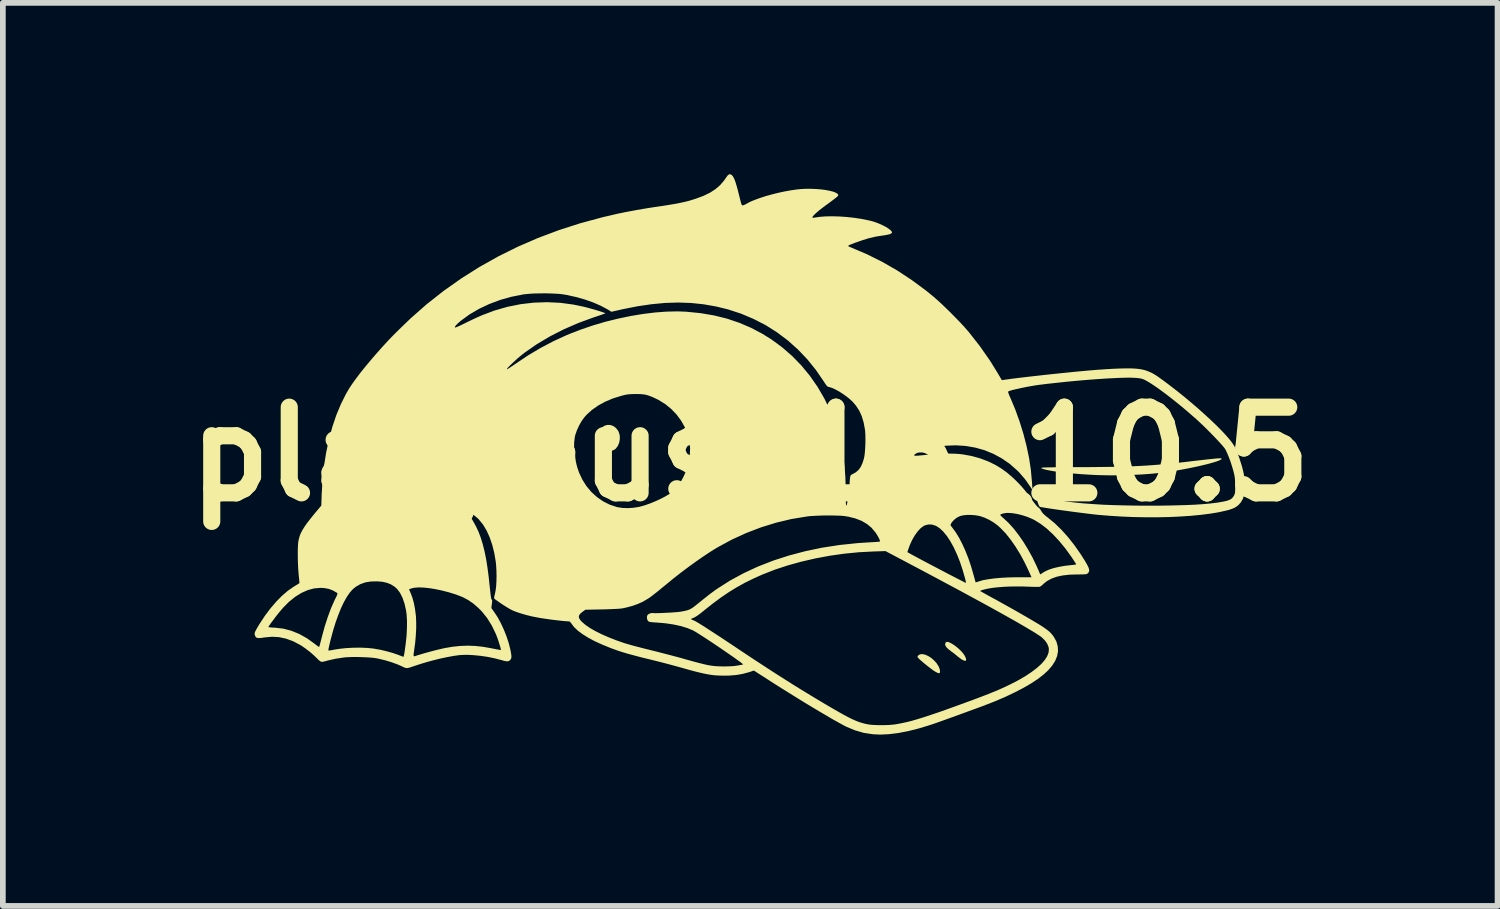
<source format=kicad_pcb>
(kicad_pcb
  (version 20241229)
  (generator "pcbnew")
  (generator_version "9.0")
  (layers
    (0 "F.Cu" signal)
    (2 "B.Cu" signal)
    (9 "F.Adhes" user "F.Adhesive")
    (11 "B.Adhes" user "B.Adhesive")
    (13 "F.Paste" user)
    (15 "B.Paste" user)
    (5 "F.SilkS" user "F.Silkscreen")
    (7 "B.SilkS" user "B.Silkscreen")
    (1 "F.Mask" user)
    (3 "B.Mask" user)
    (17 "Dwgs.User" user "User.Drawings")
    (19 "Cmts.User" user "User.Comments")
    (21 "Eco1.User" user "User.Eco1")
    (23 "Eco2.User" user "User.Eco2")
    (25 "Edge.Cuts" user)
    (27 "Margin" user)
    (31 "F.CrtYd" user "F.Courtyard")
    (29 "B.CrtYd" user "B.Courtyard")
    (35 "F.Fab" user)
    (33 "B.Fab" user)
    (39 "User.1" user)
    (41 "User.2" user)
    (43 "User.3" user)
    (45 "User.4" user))
  (footprint "platypus_18_10.5"
    (layer "F.Cu")
    (at 10.086 4.901)
    (property "Reference" "platypus_18_10.5" (at 0 0 0) (layer "F.SilkS") (effects (font (size 1.5 1.5) (thickness 0.3))))
    (attr board_only exclude_from_pos_files exclude_from_bom)
    (fp_poly (pts (xy 3.468 3.289) (xy 3.474 3.292) (xy 3.531 3.319) (xy 3.591 3.359) (xy 3.649 3.407) (xy 3.702 3.459) (xy 3.743 3.51) (xy 3.762 3.543) (xy 3.778 3.582) (xy 3.78 3.608) (xy 3.768 3.619) (xy 3.744 3.616) (xy 3.709 3.599) (xy 3.682 3.581) (xy 3.649 3.556) (xy 3.625 3.537) (xy 3.589 3.507) (xy 3.548 3.475) (xy 3.519 3.454) (xy 3.469 3.415) (xy 3.436 3.383) (xy 3.418 3.355) (xy 3.412 3.332) (xy 3.419 3.302) (xy 3.438 3.288)) (stroke (width 0) (type solid)) (fill yes) (layer "F.SilkS"))
    (fp_poly (pts (xy -2.451 -0.51) (xy -2.4 -0.493) (xy -2.355 -0.461) (xy -2.317 -0.415) (xy -2.302 -0.386) (xy -2.285 -0.328) (xy -2.283 -0.265) (xy -2.294 -0.202) (xy -2.317 -0.145) (xy -2.352 -0.098) (xy -2.369 -0.083) (xy -2.409 -0.063) (xy -2.457 -0.052) (xy -2.507 -0.051) (xy -2.55 -0.061) (xy -2.557 -0.064) (xy -2.607 -0.102) (xy -2.643 -0.151) (xy -2.666 -0.208) (xy -2.676 -0.269) (xy -2.671 -0.332) (xy -2.651 -0.392) (xy -2.616 -0.446) (xy -2.601 -0.463) (xy -2.554 -0.496) (xy -2.503 -0.511)) (stroke (width 0) (type solid)) (fill yes) (layer "F.SilkS"))
    (fp_poly (pts (xy 3.058 3.51) (xy 3.114 3.534) (xy 3.169 3.569) (xy 3.221 3.614) (xy 3.265 3.664) (xy 3.299 3.718) (xy 3.319 3.771) (xy 3.323 3.806) (xy 3.32 3.828) (xy 3.308 3.837) (xy 3.287 3.833) (xy 3.252 3.816) (xy 3.242 3.81) (xy 3.21 3.79) (xy 3.171 3.762) (xy 3.128 3.729) (xy 3.082 3.693) (xy 3.038 3.657) (xy 2.998 3.623) (xy 2.964 3.593) (xy 2.94 3.569) (xy 2.928 3.554) (xy 2.928 3.551) (xy 2.937 3.529) (xy 2.96 3.512) (xy 2.992 3.502) (xy 3.004 3.501)) (stroke (width 0) (type solid)) (fill yes) (layer "F.SilkS"))
    (fp_poly (pts (xy 8.241 0.074) (xy 8.249 0.076) (xy 8.252 0.078) (xy 8.251 0.089) (xy 8.233 0.101) (xy 8.198 0.117) (xy 8.149 0.134) (xy 8.088 0.152) (xy 8.016 0.172) (xy 7.934 0.192) (xy 7.845 0.213) (xy 7.75 0.233) (xy 7.652 0.253) (xy 7.551 0.272) (xy 7.45 0.29) (xy 7.35 0.306) (xy 7.253 0.32) (xy 7.166 0.33) (xy 7.012 0.345) (xy 6.844 0.357) (xy 6.667 0.365) (xy 6.487 0.37) (xy 6.311 0.372) (xy 6.142 0.369) (xy 6.048 0.366) (xy 5.92 0.359) (xy 5.793 0.351) (xy 5.67 0.341) (xy 5.554 0.33) (xy 5.446 0.318) (xy 5.348 0.305) (xy 5.263 0.291) (xy 5.192 0.277) (xy 5.138 0.263) (xy 5.116 0.256) (xy 5.098 0.248) (xy 5.097 0.242) (xy 5.109 0.237) (xy 5.122 0.236) (xy 5.153 0.234) (xy 5.201 0.233) (xy 5.262 0.232) (xy 5.337 0.23) (xy 5.422 0.23) (xy 5.516 0.229) (xy 5.617 0.228) (xy 5.707 0.228) (xy 5.908 0.228) (xy 6.092 0.226) (xy 6.26 0.224) (xy 6.415 0.222) (xy 6.559 0.218) (xy 6.695 0.213) (xy 6.824 0.207) (xy 6.949 0.2) (xy 7.072 0.191) (xy 7.195 0.181) (xy 7.321 0.169) (xy 7.452 0.156) (xy 7.589 0.141) (xy 7.651 0.134) (xy 7.774 0.119) (xy 7.879 0.107) (xy 7.967 0.097) (xy 8.04 0.089) (xy 8.1 0.083) (xy 8.147 0.078) (xy 8.183 0.075) (xy 8.21 0.074) (xy 8.229 0.073)) (stroke (width 0) (type solid)) (fill yes) (layer "F.SilkS"))
    (fp_poly (pts (xy -0.337 -4.895) (xy -0.33 -4.891) (xy -0.313 -4.875) (xy -0.296 -4.851) (xy -0.278 -4.815) (xy -0.26 -4.767) (xy -0.241 -4.705) (xy -0.219 -4.628) (xy -0.196 -4.534) (xy -0.18 -4.471) (xy -0.167 -4.419) (xy -0.157 -4.384) (xy -0.147 -4.364) (xy -0.139 -4.355) (xy -0.136 -4.354) (xy -0.119 -4.357) (xy -0.092 -4.369) (xy -0.062 -4.385) (xy -0.001 -4.418) (xy 0.076 -4.45) (xy 0.167 -4.483) (xy 0.267 -4.516) (xy 0.375 -4.546) (xy 0.486 -4.574) (xy 0.598 -4.598) (xy 0.707 -4.618) (xy 0.81 -4.633) (xy 0.877 -4.64) (xy 0.967 -4.645) (xy 1.058 -4.645) (xy 1.148 -4.642) (xy 1.235 -4.635) (xy 1.316 -4.625) (xy 1.388 -4.611) (xy 1.449 -4.596) (xy 1.496 -4.578) (xy 1.528 -4.558) (xy 1.537 -4.547) (xy 1.541 -4.539) (xy 1.54 -4.53) (xy 1.534 -4.52) (xy 1.52 -4.505) (xy 1.497 -4.486) (xy 1.463 -4.46) (xy 1.417 -4.425) (xy 1.357 -4.381) (xy 1.346 -4.373) (xy 1.269 -4.316) (xy 1.205 -4.266) (xy 1.155 -4.223) (xy 1.118 -4.188) (xy 1.095 -4.162) (xy 1.088 -4.144) (xy 1.096 -4.137) (xy 1.115 -4.139) (xy 1.206 -4.153) (xy 1.312 -4.162) (xy 1.43 -4.164) (xy 1.555 -4.161) (xy 1.685 -4.152) (xy 1.815 -4.138) (xy 1.943 -4.119) (xy 2.063 -4.095) (xy 2.127 -4.08) (xy 2.189 -4.061) (xy 2.251 -4.037) (xy 2.311 -4.01) (xy 2.367 -3.982) (xy 2.414 -3.953) (xy 2.451 -3.925) (xy 2.475 -3.901) (xy 2.483 -3.882) (xy 2.475 -3.868) (xy 2.452 -3.854) (xy 2.412 -3.843) (xy 2.354 -3.832) (xy 2.29 -3.823) (xy 2.187 -3.806) (xy 2.077 -3.78) (xy 1.957 -3.743) (xy 1.835 -3.7) (xy 1.781 -3.679) (xy 1.743 -3.664) (xy 1.722 -3.653) (xy 1.715 -3.645) (xy 1.722 -3.637) (xy 1.741 -3.628) (xy 1.771 -3.616) (xy 1.772 -3.615) (xy 2.045 -3.499) (xy 2.315 -3.364) (xy 2.579 -3.212) (xy 2.836 -3.042) (xy 3.086 -2.857) (xy 3.209 -2.756) (xy 3.272 -2.701) (xy 3.344 -2.636) (xy 3.422 -2.561) (xy 3.503 -2.482) (xy 3.584 -2.4) (xy 3.662 -2.32) (xy 3.733 -2.244) (xy 3.794 -2.175) (xy 3.827 -2.137) (xy 4.023 -1.887) (xy 4.202 -1.63) (xy 4.328 -1.426) (xy 4.405 -1.295) (xy 4.44 -1.3) (xy 4.505 -1.309) (xy 4.586 -1.32) (xy 4.683 -1.332) (xy 4.791 -1.345) (xy 4.91 -1.359) (xy 5.036 -1.373) (xy 5.167 -1.388) (xy 5.301 -1.402) (xy 5.434 -1.416) (xy 5.565 -1.429) (xy 5.691 -1.442) (xy 5.81 -1.453) (xy 5.919 -1.463) (xy 6.016 -1.471) (xy 6.097 -1.478) (xy 6.108 -1.478) (xy 6.252 -1.488) (xy 6.379 -1.495) (xy 6.49 -1.499) (xy 6.586 -1.501) (xy 6.669 -1.501) (xy 6.741 -1.497) (xy 6.804 -1.491) (xy 6.859 -1.482) (xy 6.908 -1.47) (xy 6.953 -1.455) (xy 6.97 -1.448) (xy 7.004 -1.434) (xy 7.036 -1.419) (xy 7.068 -1.401) (xy 7.103 -1.38) (xy 7.143 -1.353) (xy 7.19 -1.319) (xy 7.248 -1.277) (xy 7.317 -1.225) (xy 7.349 -1.201) (xy 7.473 -1.105) (xy 7.598 -1.005) (xy 7.721 -0.902) (xy 7.842 -0.798) (xy 7.958 -0.694) (xy 8.067 -0.594) (xy 8.168 -0.497) (xy 8.258 -0.406) (xy 8.335 -0.323) (xy 8.399 -0.249) (xy 8.401 -0.246) (xy 8.437 -0.199) (xy 8.467 -0.154) (xy 8.493 -0.107) (xy 8.518 -0.053) (xy 8.543 0.012) (xy 8.571 0.091) (xy 8.571 0.093) (xy 8.603 0.193) (xy 8.627 0.281) (xy 8.644 0.36) (xy 8.655 0.436) (xy 8.661 0.511) (xy 8.662 0.616) (xy 8.65 0.705) (xy 8.627 0.781) (xy 8.59 0.845) (xy 8.55 0.89) (xy 8.515 0.918) (xy 8.477 0.941) (xy 8.432 0.96) (xy 8.373 0.979) (xy 8.34 0.987) (xy 8.208 1.017) (xy 8.058 1.042) (xy 7.894 1.063) (xy 7.717 1.08) (xy 7.528 1.093) (xy 7.332 1.102) (xy 7.128 1.106) (xy 6.92 1.106) (xy 6.71 1.102) (xy 6.499 1.093) (xy 6.291 1.08) (xy 6.086 1.063) (xy 5.997 1.053) (xy 5.936 1.046) (xy 5.864 1.037) (xy 5.784 1.027) (xy 5.698 1.016) (xy 5.609 1.004) (xy 5.52 0.992) (xy 5.432 0.98) (xy 5.348 0.968) (xy 5.271 0.957) (xy 5.203 0.946) (xy 5.146 0.937) (xy 5.104 0.93) (xy 5.077 0.925) (xy 5.073 0.924) (xy 5.061 0.912) (xy 5.046 0.882) (xy 5.031 0.838) (xy 5.02 0.801) (xy 5.012 0.772) (xy 5.009 0.756) (xy 5.009 0.754) (xy 5.019 0.754) (xy 5.046 0.758) (xy 5.086 0.764) (xy 5.136 0.771) (xy 5.194 0.781) (xy 5.194 0.781) (xy 5.357 0.806) (xy 5.517 0.828) (xy 5.677 0.847) (xy 5.838 0.863) (xy 6.004 0.875) (xy 6.177 0.886) (xy 6.36 0.893) (xy 6.555 0.898) (xy 6.764 0.902) (xy 6.991 0.903) (xy 6.993 0.903) (xy 7.218 0.902) (xy 7.424 0.898) (xy 7.611 0.893) (xy 7.779 0.886) (xy 7.929 0.876) (xy 8.062 0.864) (xy 8.177 0.85) (xy 8.275 0.833) (xy 8.286 0.831) (xy 8.347 0.817) (xy 8.392 0.801) (xy 8.425 0.782) (xy 8.45 0.757) (xy 8.467 0.731) (xy 8.477 0.713) (xy 8.483 0.695) (xy 8.488 0.674) (xy 8.49 0.645) (xy 8.491 0.606) (xy 8.49 0.55) (xy 8.49 0.549) (xy 8.489 0.488) (xy 8.487 0.439) (xy 8.482 0.398) (xy 8.474 0.355) (xy 8.462 0.306) (xy 8.46 0.297) (xy 8.437 0.219) (xy 8.412 0.14) (xy 8.384 0.064) (xy 8.356 -0.005) (xy 8.33 -0.061) (xy 8.316 -0.088) (xy 8.298 -0.113) (xy 8.267 -0.15) (xy 8.227 -0.195) (xy 8.178 -0.248) (xy 8.123 -0.306) (xy 8.063 -0.367) (xy 8.002 -0.429) (xy 7.94 -0.49) (xy 7.88 -0.547) (xy 7.824 -0.599) (xy 7.814 -0.608) (xy 7.702 -0.706) (xy 7.59 -0.802) (xy 7.478 -0.894) (xy 7.369 -0.981) (xy 7.265 -1.061) (xy 7.166 -1.134) (xy 7.076 -1.197) (xy 6.996 -1.249) (xy 6.927 -1.289) (xy 6.91 -1.298) (xy 6.879 -1.312) (xy 6.85 -1.321) (xy 6.815 -1.328) (xy 6.768 -1.333) (xy 6.743 -1.335) (xy 6.678 -1.338) (xy 6.595 -1.338) (xy 6.496 -1.336) (xy 6.384 -1.331) (xy 6.259 -1.325) (xy 6.124 -1.316) (xy 5.981 -1.306) (xy 5.832 -1.294) (xy 5.677 -1.28) (xy 5.52 -1.265) (xy 5.363 -1.248) (xy 5.206 -1.231) (xy 5.054 -1.212) (xy 4.997 -1.204) (xy 4.932 -1.193) (xy 4.863 -1.181) (xy 4.792 -1.167) (xy 4.723 -1.152) (xy 4.659 -1.138) (xy 4.603 -1.125) (xy 4.559 -1.113) (xy 4.53 -1.103) (xy 4.521 -1.099) (xy 4.516 -1.092) (xy 4.517 -1.078) (xy 4.525 -1.055) (xy 4.539 -1.019) (xy 4.558 -0.978) (xy 4.642 -0.777) (xy 4.717 -0.568) (xy 4.783 -0.355) (xy 4.838 -0.142) (xy 4.882 0.068) (xy 4.913 0.272) (xy 4.93 0.46) (xy 4.934 0.507) (xy 4.937 0.552) (xy 4.94 0.587) (xy 4.941 0.598) (xy 4.946 0.638) (xy 4.909 0.579) (xy 4.819 0.449) (xy 4.713 0.325) (xy 4.672 0.284) (xy 4.545 0.172) (xy 4.406 0.076) (xy 4.259 -0.004) (xy 4.103 -0.068) (xy 3.94 -0.114) (xy 3.771 -0.143) (xy 3.599 -0.154) (xy 3.424 -0.147) (xy 3.247 -0.121) (xy 3.205 -0.112) (xy 3.131 -0.094) (xy 3.062 -0.074) (xy 2.999 -0.053) (xy 2.946 -0.032) (xy 2.905 -0.012) (xy 2.878 0.006) (xy 2.868 0.021) (xy 2.868 0.021) (xy 2.874 0.026) (xy 2.892 0.028) (xy 2.925 0.028) (xy 2.972 0.024) (xy 3.035 0.018) (xy 3.117 0.008) (xy 3.14 0.005) (xy 3.216 -0.002) (xy 3.303 -0.007) (xy 3.397 -0.009) (xy 3.491 -0.009) (xy 3.581 -0.007) (xy 3.662 -0.002) (xy 3.728 0.006) (xy 3.88 0.034) (xy 4.021 0.073) (xy 4.156 0.124) (xy 4.199 0.143) (xy 4.304 0.196) (xy 4.399 0.254) (xy 4.489 0.319) (xy 4.58 0.396) (xy 4.642 0.454) (xy 4.697 0.509) (xy 4.746 0.561) (xy 4.793 0.616) (xy 4.842 0.676) (xy 4.894 0.747) (xy 4.938 0.807) (xy 4.97 0.85) (xy 4.999 0.887) (xy 5.022 0.914) (xy 5.039 0.93) (xy 5.043 0.932) (xy 5.057 0.943) (xy 5.076 0.966) (xy 5.093 0.992) (xy 5.112 1.022) (xy 5.137 1.05) (xy 5.17 1.08) (xy 5.216 1.116) (xy 5.221 1.12) (xy 5.335 1.214) (xy 5.45 1.326) (xy 5.564 1.453) (xy 5.676 1.595) (xy 5.783 1.748) (xy 5.86 1.869) (xy 5.895 1.93) (xy 5.919 1.977) (xy 5.932 2.013) (xy 5.935 2.041) (xy 5.929 2.063) (xy 5.914 2.083) (xy 5.912 2.085) (xy 5.902 2.093) (xy 5.89 2.099) (xy 5.874 2.103) (xy 5.849 2.105) (xy 5.813 2.106) (xy 5.761 2.107) (xy 5.73 2.107) (xy 5.591 2.111) (xy 5.469 2.125) (xy 5.362 2.148) (xy 5.271 2.182) (xy 5.193 2.225) (xy 5.136 2.271) (xy 5.109 2.296) (xy 5.084 2.315) (xy 5.069 2.323) (xy 5.053 2.325) (xy 5.021 2.325) (xy 4.976 2.325) (xy 4.922 2.323) (xy 4.861 2.321) (xy 4.856 2.321) (xy 4.755 2.317) (xy 4.648 2.317) (xy 4.54 2.319) (xy 4.435 2.324) (xy 4.336 2.332) (xy 4.249 2.341) (xy 4.177 2.353) (xy 4.174 2.353) (xy 4.119 2.365) (xy 4.075 2.376) (xy 4.043 2.386) (xy 4.028 2.394) (xy 4.027 2.398) (xy 4.036 2.403) (xy 4.061 2.417) (xy 4.098 2.438) (xy 4.146 2.465) (xy 4.203 2.496) (xy 4.267 2.531) (xy 4.288 2.542) (xy 4.401 2.605) (xy 4.514 2.668) (xy 4.623 2.729) (xy 4.728 2.789) (xy 4.825 2.845) (xy 4.913 2.896) (xy 4.99 2.942) (xy 5.054 2.98) (xy 5.103 3.011) (xy 5.104 3.011) (xy 5.168 3.055) (xy 5.218 3.092) (xy 5.258 3.128) (xy 5.29 3.165) (xy 5.317 3.202) (xy 5.361 3.283) (xy 5.384 3.365) (xy 5.389 3.449) (xy 5.374 3.534) (xy 5.34 3.619) (xy 5.287 3.703) (xy 5.215 3.787) (xy 5.133 3.862) (xy 5.032 3.94) (xy 4.913 4.018) (xy 4.776 4.097) (xy 4.623 4.176) (xy 4.456 4.255) (xy 4.275 4.332) (xy 4.083 4.407) (xy 4.075 4.41) (xy 3.941 4.459) (xy 3.81 4.507) (xy 3.684 4.553) (xy 3.564 4.597) (xy 3.454 4.636) (xy 3.354 4.672) (xy 3.267 4.703) (xy 3.195 4.728) (xy 3.15 4.743) (xy 2.953 4.803) (xy 2.766 4.85) (xy 2.59 4.884) (xy 2.426 4.904) (xy 2.275 4.911) (xy 2.149 4.905) (xy 1.989 4.881) (xy 1.836 4.837) (xy 1.689 4.776) (xy 1.68 4.772) (xy 1.613 4.737) (xy 1.532 4.692) (xy 1.437 4.639) (xy 1.332 4.577) (xy 1.216 4.509) (xy 1.092 4.435) (xy 0.963 4.357) (xy 0.828 4.274) (xy 0.691 4.189) (xy 0.552 4.102) (xy 0.414 4.015) (xy 0.307 3.946) (xy 0.064 3.79) (xy -0.02 3.818) (xy -0.131 3.848) (xy -0.247 3.868) (xy -0.374 3.878) (xy -0.45 3.879) (xy -0.513 3.878) (xy -0.572 3.876) (xy -0.629 3.872) (xy -0.687 3.865) (xy -0.747 3.855) (xy -0.813 3.842) (xy -0.887 3.825) (xy -0.972 3.804) (xy -1.069 3.778) (xy -1.182 3.746) (xy -1.227 3.733) (xy -1.298 3.714) (xy -1.382 3.691) (xy -1.476 3.666) (xy -1.573 3.641) (xy -1.668 3.617) (xy -1.757 3.595) (xy -1.876 3.566) (xy -1.978 3.54) (xy -2.067 3.516) (xy -2.145 3.495) (xy -2.215 3.474) (xy -2.28 3.454) (xy -2.342 3.433) (xy -2.404 3.41) (xy -2.443 3.396) (xy -2.59 3.336) (xy -2.722 3.276) (xy -2.838 3.214) (xy -2.937 3.152) (xy -3.02 3.09) (xy -3.084 3.029) (xy -3.12 2.982) (xy -3.141 2.953) (xy -3.156 2.936) (xy -3.172 2.929) (xy -3.193 2.928) (xy -3.224 2.926) (xy -3.271 2.922) (xy -3.33 2.916) (xy -3.397 2.908) (xy -3.468 2.9) (xy -3.54 2.89) (xy -3.608 2.88) (xy -3.669 2.871) (xy -3.713 2.863) (xy -3.768 2.852) (xy -3.002 2.852) (xy -2.99 2.886) (xy -2.96 2.924) (xy -2.947 2.937) (xy -2.886 2.99) (xy -2.806 3.045) (xy -2.71 3.1) (xy -2.599 3.155) (xy -2.476 3.209) (xy -2.341 3.262) (xy -2.196 3.312) (xy -2.195 3.312) (xy -2.155 3.324) (xy -2.099 3.34) (xy -2.031 3.359) (xy -1.953 3.379) (xy -1.87 3.401) (xy -1.784 3.422) (xy -1.73 3.436) (xy -1.639 3.458) (xy -1.544 3.483) (xy -1.449 3.507) (xy -1.358 3.531) (xy -1.276 3.553) (xy -1.206 3.572) (xy -1.182 3.579) (xy -1.071 3.61) (xy -0.977 3.636) (xy -0.897 3.657) (xy -0.829 3.674) (xy -0.771 3.688) (xy -0.719 3.698) (xy -0.683 3.704) (xy -0.616 3.712) (xy -0.538 3.716) (xy -0.455 3.718) (xy -0.372 3.716) (xy -0.296 3.712) (xy -0.234 3.704) (xy -0.231 3.704) (xy -0.19 3.696) (xy -0.154 3.69) (xy -0.131 3.685) (xy -0.125 3.683) (xy -0.13 3.677) (xy -0.148 3.661) (xy -0.18 3.636) (xy -0.224 3.605) (xy -0.276 3.567) (xy -0.337 3.525) (xy -0.403 3.479) (xy -0.473 3.431) (xy -0.546 3.381) (xy -0.62 3.331) (xy -0.692 3.283) (xy -0.762 3.237) (xy -0.826 3.195) (xy -0.885 3.158) (xy -0.935 3.126) (xy -0.975 3.102) (xy -1.003 3.087) (xy -1.004 3.086) (xy -1.101 3.046) (xy -1.214 3.011) (xy -1.343 2.983) (xy -1.485 2.962) (xy -1.636 2.949) (xy -1.691 2.946) (xy -1.73 2.942) (xy -1.756 2.939) (xy -1.773 2.934) (xy -1.784 2.927) (xy -1.792 2.919) (xy -1.806 2.888) (xy -1.039 2.888) (xy -1.03 2.894) (xy -1.008 2.905) (xy -0.977 2.918) (xy -0.977 2.918) (xy -0.955 2.929) (xy -0.919 2.95) (xy -0.867 2.982) (xy -0.801 3.023) (xy -0.723 3.074) (xy -0.632 3.133) (xy -0.529 3.2) (xy -0.416 3.275) (xy -0.336 3.328) (xy -0.146 3.455) (xy 0.03 3.572) (xy 0.194 3.679) (xy 0.347 3.779) (xy 0.49 3.871) (xy 0.627 3.958) (xy 0.758 4.041) (xy 0.886 4.12) (xy 1.012 4.197) (xy 1.136 4.272) (xy 1.266 4.35) (xy 1.381 4.418) (xy 1.483 4.477) (xy 1.572 4.528) (xy 1.65 4.571) (xy 1.719 4.608) (xy 1.78 4.638) (xy 1.835 4.663) (xy 1.884 4.683) (xy 1.931 4.699) (xy 1.975 4.712) (xy 2.019 4.723) (xy 2.064 4.732) (xy 2.064 4.732) (xy 2.123 4.74) (xy 2.196 4.744) (xy 2.277 4.746) (xy 2.361 4.745) (xy 2.442 4.742) (xy 2.514 4.735) (xy 2.531 4.733) (xy 2.598 4.722) (xy 2.668 4.708) (xy 2.741 4.692) (xy 2.821 4.672) (xy 2.908 4.647) (xy 3.004 4.618) (xy 3.11 4.584) (xy 3.228 4.544) (xy 3.36 4.499) (xy 3.507 4.446) (xy 3.67 4.387) (xy 3.801 4.339) (xy 3.916 4.297) (xy 4.017 4.259) (xy 4.105 4.225) (xy 4.183 4.195) (xy 4.253 4.166) (xy 4.318 4.14) (xy 4.378 4.114) (xy 4.391 4.108) (xy 4.547 4.035) (xy 4.689 3.962) (xy 4.815 3.889) (xy 4.925 3.816) (xy 5.02 3.744) (xy 5.097 3.674) (xy 5.157 3.605) (xy 5.2 3.538) (xy 5.224 3.473) (xy 5.229 3.412) (xy 5.223 3.377) (xy 5.199 3.319) (xy 5.159 3.262) (xy 5.107 3.211) (xy 5.09 3.197) (xy 5.044 3.166) (xy 4.981 3.125) (xy 4.901 3.077) (xy 4.805 3.02) (xy 4.693 2.955) (xy 4.565 2.882) (xy 4.422 2.802) (xy 4.264 2.714) (xy 4.091 2.619) (xy 3.905 2.518) (xy 3.705 2.409) (xy 3.492 2.295) (xy 3.266 2.174) (xy 3.028 2.047) (xy 2.778 1.915) (xy 2.72 1.884) (xy 2.402 1.716) (xy 2.751 1.716) (xy 2.783 1.734) (xy 2.822 1.756) (xy 2.874 1.784) (xy 2.935 1.817) (xy 3.004 1.854) (xy 3.08 1.894) (xy 3.159 1.936) (xy 3.241 1.979) (xy 3.323 2.022) (xy 3.403 2.064) (xy 3.481 2.105) (xy 3.553 2.142) (xy 3.619 2.176) (xy 3.675 2.205) (xy 3.721 2.228) (xy 3.754 2.245) (xy 3.773 2.254) (xy 3.776 2.255) (xy 3.776 2.242) (xy 3.771 2.216) (xy 3.763 2.184) (xy 3.72 2.031) (xy 3.672 1.887) (xy 3.619 1.754) (xy 3.563 1.633) (xy 3.504 1.526) (xy 3.443 1.434) (xy 3.38 1.357) (xy 3.316 1.297) (xy 3.252 1.256) (xy 3.244 1.253) (xy 3.224 1.247) (xy 3.509 1.247) (xy 3.518 1.263) (xy 3.538 1.287) (xy 3.538 1.288) (xy 3.596 1.366) (xy 3.655 1.462) (xy 3.712 1.572) (xy 3.768 1.695) (xy 3.82 1.827) (xy 3.867 1.966) (xy 3.903 2.09) (xy 3.919 2.147) (xy 3.93 2.189) (xy 3.938 2.217) (xy 3.943 2.233) (xy 3.946 2.242) (xy 3.948 2.245) (xy 3.949 2.245) (xy 3.95 2.245) (xy 3.961 2.242) (xy 3.984 2.235) (xy 3.996 2.231) (xy 4.069 2.209) (xy 4.161 2.192) (xy 4.269 2.177) (xy 4.392 2.166) (xy 4.527 2.159) (xy 4.674 2.156) (xy 4.705 2.156) (xy 4.925 2.156) (xy 4.875 2.045) (xy 4.804 1.896) (xy 4.727 1.753) (xy 4.644 1.619) (xy 4.559 1.497) (xy 4.472 1.388) (xy 4.384 1.296) (xy 4.332 1.249) (xy 4.261 1.196) (xy 4.181 1.149) (xy 4.099 1.111) (xy 4.02 1.085) (xy 4.006 1.082) (xy 3.937 1.07) (xy 3.864 1.065) (xy 3.792 1.065) (xy 3.728 1.072) (xy 3.676 1.084) (xy 3.668 1.087) (xy 3.617 1.113) (xy 3.57 1.15) (xy 3.531 1.192) (xy 3.517 1.215) (xy 3.509 1.233) (xy 3.509 1.247) (xy 3.224 1.247) (xy 3.184 1.234) (xy 3.121 1.232) (xy 3.062 1.246) (xy 3.035 1.259) (xy 2.984 1.297) (xy 2.932 1.353) (xy 2.882 1.422) (xy 2.836 1.501) (xy 2.796 1.588) (xy 2.771 1.657) (xy 2.751 1.716) (xy 2.402 1.716) (xy 2.369 1.698) (xy 2.156 1.705) (xy 1.905 1.718) (xy 1.65 1.743) (xy 1.395 1.779) (xy 1.142 1.826) (xy 0.895 1.883) (xy 0.657 1.949) (xy 0.431 2.023) (xy 0.22 2.106) (xy 0.216 2.107) (xy 0.056 2.179) (xy -0.094 2.253) (xy -0.235 2.331) (xy -0.372 2.415) (xy -0.509 2.508) (xy -0.65 2.612) (xy -0.798 2.729) (xy -0.816 2.744) (xy -0.876 2.792) (xy -0.927 2.829) (xy -0.968 2.855) (xy -0.992 2.866) (xy -1.018 2.877) (xy -1.035 2.885) (xy -1.039 2.888) (xy -1.806 2.888) (xy -1.807 2.886) (xy -1.809 2.848) (xy -1.8 2.819) (xy -1.782 2.802) (xy -1.753 2.789) (xy -1.721 2.782) (xy -1.698 2.783) (xy -1.68 2.785) (xy -1.646 2.785) (xy -1.599 2.784) (xy -1.543 2.782) (xy -1.482 2.779) (xy -1.419 2.776) (xy -1.358 2.772) (xy -1.302 2.768) (xy -1.256 2.764) (xy -1.222 2.76) (xy -1.219 2.759) (xy -1.152 2.747) (xy -1.099 2.734) (xy -1.055 2.717) (xy -1.015 2.694) (xy -0.974 2.664) (xy -0.968 2.659) (xy -0.887 2.594) (xy -0.82 2.54) (xy -0.763 2.495) (xy -0.715 2.457) (xy -0.672 2.425) (xy -0.634 2.397) (xy -0.597 2.37) (xy -0.576 2.356) (xy -0.353 2.214) (xy -0.115 2.085) (xy 0.137 1.968) (xy 0.401 1.865) (xy 0.677 1.776) (xy 0.964 1.7) (xy 1.261 1.638) (xy 1.568 1.591) (xy 1.884 1.558) (xy 2.099 1.544) (xy 2.155 1.541) (xy 2.203 1.538) (xy 2.24 1.535) (xy 2.264 1.532) (xy 2.271 1.531) (xy 2.271 1.518) (xy 2.262 1.492) (xy 2.245 1.458) (xy 2.223 1.419) (xy 2.198 1.379) (xy 2.19 1.369) (xy 2.123 1.289) (xy 2.043 1.223) (xy 1.95 1.169) (xy 1.843 1.127) (xy 1.72 1.096) (xy 1.657 1.086) (xy 1.603 1.08) (xy 1.534 1.077) (xy 1.453 1.075) (xy 1.366 1.074) (xy 1.276 1.075) (xy 1.188 1.078) (xy 1.105 1.082) (xy 1.033 1.087) (xy 0.994 1.092) (xy 0.724 1.136) (xy 0.456 1.2) (xy 0.19 1.282) (xy -0.071 1.382) (xy -0.324 1.498) (xy -0.568 1.63) (xy -0.587 1.641) (xy -0.7 1.711) (xy -0.823 1.793) (xy -0.953 1.883) (xy -1.087 1.98) (xy -1.22 2.08) (xy -1.35 2.182) (xy -1.414 2.235) (xy -1.494 2.3) (xy -1.56 2.354) (xy -1.614 2.399) (xy -1.659 2.434) (xy -1.696 2.463) (xy -1.727 2.487) (xy -1.754 2.507) (xy -1.779 2.524) (xy -1.8 2.537) (xy -1.88 2.584) (xy -1.966 2.623) (xy -2.061 2.657) (xy -2.17 2.686) (xy -2.24 2.701) (xy -2.266 2.704) (xy -2.308 2.708) (xy -2.364 2.711) (xy -2.43 2.714) (xy -2.504 2.717) (xy -2.582 2.719) (xy -2.593 2.719) (xy -2.887 2.725) (xy -2.928 2.755) (xy -2.971 2.789) (xy -2.996 2.821) (xy -3.002 2.852) (xy -3.768 2.852) (xy -3.82 2.842) (xy -3.922 2.817) (xy -4.015 2.79) (xy -4.097 2.763) (xy -4.163 2.736) (xy -4.177 2.729) (xy -4.22 2.706) (xy -4.273 2.674) (xy -4.331 2.637) (xy -4.39 2.597) (xy -4.444 2.559) (xy -4.473 2.538) (xy -4.481 2.53) (xy -4.485 2.52) (xy -4.483 2.503) (xy -4.477 2.475) (xy -4.47 2.447) (xy -4.458 2.387) (xy -4.449 2.313) (xy -4.444 2.228) (xy -4.442 2.137) (xy -4.444 2.044) (xy -4.449 1.954) (xy -4.455 1.889) (xy -4.481 1.734) (xy -4.517 1.59) (xy -4.562 1.458) (xy -4.616 1.339) (xy -4.678 1.235) (xy -4.748 1.149) (xy -4.757 1.138) (xy -4.796 1.103) (xy -4.835 1.073) (xy -4.848 1.064) (xy 4.377 1.064) (xy 4.384 1.075) (xy 4.403 1.095) (xy 4.43 1.119) (xy 4.436 1.124) (xy 4.522 1.204) (xy 4.61 1.301) (xy 4.697 1.413) (xy 4.783 1.537) (xy 4.865 1.671) (xy 4.943 1.812) (xy 5.013 1.958) (xy 5.049 2.04) (xy 5.077 2.107) (xy 5.103 2.09) (xy 5.128 2.074) (xy 5.159 2.056) (xy 5.168 2.051) (xy 5.229 2.023) (xy 5.306 1.998) (xy 5.397 1.976) (xy 5.496 1.958) (xy 5.602 1.945) (xy 5.625 1.943) (xy 5.663 1.939) (xy 5.691 1.935) (xy 5.706 1.931) (xy 5.707 1.929) (xy 5.702 1.919) (xy 5.687 1.896) (xy 5.665 1.862) (xy 5.638 1.821) (xy 5.627 1.804) (xy 5.521 1.657) (xy 5.412 1.524) (xy 5.302 1.406) (xy 5.192 1.304) (xy 5.082 1.22) (xy 4.975 1.154) (xy 4.941 1.137) (xy 4.857 1.101) (xy 4.766 1.071) (xy 4.674 1.048) (xy 4.587 1.034) (xy 4.51 1.029) (xy 4.47 1.032) (xy 4.432 1.039) (xy 4.4 1.048) (xy 4.381 1.058) (xy 4.377 1.064) (xy -4.848 1.064) (xy -4.87 1.051) (xy -4.898 1.039) (xy -4.906 1.039) (xy -4.914 1.043) (xy -4.914 1.056) (xy -4.904 1.081) (xy -4.885 1.118) (xy -4.855 1.17) (xy -4.852 1.175) (xy -4.802 1.265) (xy -4.757 1.361) (xy -4.718 1.465) (xy -4.683 1.578) (xy -4.652 1.703) (xy -4.624 1.84) (xy -4.6 1.993) (xy -4.578 2.162) (xy -4.566 2.28) (xy -4.557 2.362) (xy -4.55 2.426) (xy -4.544 2.474) (xy -4.539 2.509) (xy -4.534 2.532) (xy -4.529 2.545) (xy -4.524 2.551) (xy -4.521 2.552) (xy -4.519 2.561) (xy -4.52 2.585) (xy -4.523 2.618) (xy -4.524 2.624) (xy -4.533 2.695) (xy -4.477 2.774) (xy -4.42 2.861) (xy -4.365 2.964) (xy -4.313 3.076) (xy -4.267 3.192) (xy -4.229 3.308) (xy -4.201 3.418) (xy -4.199 3.427) (xy -4.188 3.486) (xy -4.182 3.529) (xy -4.182 3.56) (xy -4.188 3.583) (xy -4.2 3.601) (xy -4.203 3.605) (xy -4.22 3.619) (xy -4.239 3.627) (xy -4.265 3.628) (xy -4.3 3.622) (xy -4.35 3.608) (xy -4.362 3.605) (xy -4.477 3.575) (xy -4.6 3.55) (xy -4.723 3.532) (xy -4.845 3.52) (xy -4.959 3.514) (xy -5.061 3.517) (xy -5.096 3.52) (xy -5.191 3.533) (xy -5.299 3.553) (xy -5.418 3.578) (xy -5.541 3.608) (xy -5.666 3.642) (xy -5.788 3.679) (xy -5.902 3.717) (xy -5.907 3.718) (xy -5.955 3.735) (xy -5.99 3.744) (xy -6.017 3.747) (xy -6.041 3.742) (xy -6.067 3.732) (xy -6.084 3.723) (xy -6.173 3.683) (xy -6.277 3.645) (xy -6.389 3.611) (xy -6.504 3.583) (xy -6.549 3.574) (xy -6.601 3.567) (xy -6.667 3.561) (xy -6.744 3.557) (xy -6.825 3.554) (xy -6.908 3.552) (xy -6.986 3.553) (xy -7.054 3.556) (xy -7.109 3.56) (xy -7.26 3.583) (xy -7.393 3.613) (xy -7.422 3.621) (xy -7.459 3.631) (xy -7.492 3.636) (xy -7.512 3.636) (xy -7.513 3.636) (xy -7.53 3.626) (xy -7.556 3.606) (xy -7.584 3.578) (xy -7.588 3.574) (xy -7.646 3.518) (xy -7.715 3.459) (xy -7.757 3.427) (xy -7.386 3.427) (xy -7.386 3.438) (xy -7.375 3.439) (xy -7.349 3.436) (xy -7.314 3.43) (xy -7.308 3.428) (xy -7.198 3.41) (xy -7.076 3.397) (xy -6.949 3.39) (xy -6.822 3.389) (xy -6.701 3.394) (xy -6.593 3.405) (xy -6.584 3.407) (xy -6.476 3.426) (xy -6.367 3.452) (xy -6.263 3.481) (xy -6.172 3.512) (xy -6.167 3.514) (xy -6.128 3.529) (xy -6.097 3.541) (xy -6.077 3.548) (xy -6.072 3.55) (xy -6.068 3.541) (xy -6.062 3.517) (xy -6.055 3.481) (xy -6.05 3.449) (xy -6.031 3.309) (xy -6.017 3.173) (xy -6.011 3.043) (xy -6.01 2.922) (xy -6.016 2.814) (xy -6.027 2.734) (xy -6.054 2.616) (xy -6.089 2.514) (xy -6.132 2.429) (xy -6.178 2.368) (xy -5.974 2.368) (xy -5.97 2.378) (xy -5.96 2.401) (xy -5.946 2.433) (xy -5.944 2.437) (xy -5.915 2.514) (xy -5.89 2.605) (xy -5.87 2.708) (xy -5.856 2.818) (xy -5.853 2.842) (xy -5.849 2.943) (xy -5.849 3.057) (xy -5.856 3.18) (xy -5.867 3.307) (xy -5.884 3.43) (xy -5.891 3.48) (xy -5.895 3.513) (xy -5.893 3.532) (xy -5.886 3.54) (xy -5.872 3.539) (xy -5.85 3.531) (xy -5.849 3.53) (xy -5.83 3.524) (xy -5.796 3.514) (xy -5.751 3.5) (xy -5.699 3.485) (xy -5.668 3.476) (xy -5.504 3.432) (xy -5.353 3.397) (xy -5.212 3.373) (xy -5.078 3.359) (xy -4.947 3.354) (xy -4.817 3.359) (xy -4.685 3.373) (xy -4.546 3.397) (xy -4.491 3.408) (xy -4.445 3.417) (xy -4.406 3.424) (xy -4.378 3.429) (xy -4.366 3.43) (xy -4.366 3.429) (xy -4.366 3.418) (xy -4.372 3.392) (xy -4.383 3.355) (xy -4.397 3.31) (xy -4.412 3.262) (xy -4.429 3.215) (xy -4.445 3.172) (xy -4.456 3.145) (xy -4.526 3) (xy -4.606 2.872) (xy -4.697 2.758) (xy -4.759 2.695) (xy -4.848 2.617) (xy -4.94 2.554) (xy -5.039 2.502) (xy -5.151 2.459) (xy -5.163 2.455) (xy -5.283 2.418) (xy -5.401 2.388) (xy -5.514 2.364) (xy -5.621 2.347) (xy -5.718 2.337) (xy -5.803 2.334) (xy -5.875 2.339) (xy -5.918 2.348) (xy -5.948 2.357) (xy -5.968 2.365) (xy -5.974 2.368) (xy -6.178 2.368) (xy -6.182 2.362) (xy -6.229 2.32) (xy -6.292 2.281) (xy -6.36 2.254) (xy -6.437 2.236) (xy -6.528 2.228) (xy -6.533 2.228) (xy -6.643 2.23) (xy -6.74 2.246) (xy -6.827 2.277) (xy -6.906 2.323) (xy -6.961 2.368) (xy -7.011 2.424) (xy -7.062 2.498) (xy -7.114 2.59) (xy -7.165 2.697) (xy -7.214 2.82) (xy -7.261 2.95) (xy -7.277 3.002) (xy -7.295 3.06) (xy -7.313 3.123) (xy -7.33 3.188) (xy -7.347 3.25) (xy -7.361 3.308) (xy -7.373 3.359) (xy -7.382 3.4) (xy -7.386 3.427) (xy -7.757 3.427) (xy -7.789 3.402) (xy -7.859 3.354) (xy -7.881 3.341) (xy -8.005 3.276) (xy -8.128 3.231) (xy -8.25 3.205) (xy -8.373 3.198) (xy -8.498 3.209) (xy -8.499 3.209) (xy -8.557 3.218) (xy -8.6 3.221) (xy -8.629 3.219) (xy -8.65 3.21) (xy -8.663 3.194) (xy -8.67 3.18) (xy -8.676 3.162) (xy -8.678 3.145) (xy -8.675 3.126) (xy -8.665 3.101) (xy -8.648 3.069) (xy -8.625 3.028) (xy -8.437 3.028) (xy -8.428 3.03) (xy -8.403 3.034) (xy -8.365 3.037) (xy -8.321 3.039) (xy -8.176 3.056) (xy -8.035 3.093) (xy -7.897 3.149) (xy -7.761 3.225) (xy -7.631 3.318) (xy -7.598 3.344) (xy -7.571 3.364) (xy -7.553 3.375) (xy -7.548 3.377) (xy -7.544 3.366) (xy -7.536 3.34) (xy -7.526 3.3) (xy -7.513 3.252) (xy -7.502 3.207) (xy -7.451 3.019) (xy -7.396 2.849) (xy -7.339 2.695) (xy -7.277 2.556) (xy -7.264 2.53) (xy -7.243 2.488) (xy -7.231 2.459) (xy -7.228 2.442) (xy -7.231 2.432) (xy -7.232 2.431) (xy -7.308 2.387) (xy -7.382 2.359) (xy -7.462 2.345) (xy -7.528 2.342) (xy -7.639 2.352) (xy -7.749 2.382) (xy -7.859 2.431) (xy -7.968 2.499) (xy -8.075 2.585) (xy -8.179 2.69) (xy -8.229 2.748) (xy -8.261 2.787) (xy -8.295 2.83) (xy -8.33 2.876) (xy -8.363 2.92) (xy -8.393 2.96) (xy -8.416 2.994) (xy -8.432 3.017) (xy -8.437 3.028) (xy -8.625 3.028) (xy -8.623 3.025) (xy -8.592 2.974) (xy -8.5 2.834) (xy -8.402 2.703) (xy -8.301 2.585) (xy -8.198 2.48) (xy -8.094 2.391) (xy -7.991 2.32) (xy -7.971 2.308) (xy -7.937 2.287) (xy -7.91 2.27) (xy -7.895 2.259) (xy -7.893 2.256) (xy -7.894 2.245) (xy -7.896 2.217) (xy -7.9 2.177) (xy -7.905 2.127) (xy -7.908 2.092) (xy -7.914 2.018) (xy -7.918 1.938) (xy -7.921 1.855) (xy -7.922 1.773) (xy -7.922 1.695) (xy -7.92 1.626) (xy -7.917 1.569) (xy -7.912 1.528) (xy -7.912 1.527) (xy -7.901 1.477) (xy -7.887 1.428) (xy -7.867 1.38) (xy -7.84 1.329) (xy -7.806 1.274) (xy -7.763 1.212) (xy -7.709 1.142) (xy -7.643 1.06) (xy -7.595 1.002) (xy -7.51 0.901) (xy -7.504 0.708) (xy -7.489 0.456) (xy -7.463 0.209) (xy -7.425 -0.029) (xy -7.409 -0.104) (xy -3.084 -0.104) (xy -3.075 0.006) (xy -3.057 0.118) (xy -3.03 0.228) (xy -2.998 0.322) (xy -2.94 0.446) (xy -2.868 0.56) (xy -2.783 0.662) (xy -2.685 0.751) (xy -2.578 0.826) (xy -2.463 0.884) (xy -2.341 0.925) (xy -2.314 0.931) (xy -2.234 0.943) (xy -2.143 0.946) (xy -2.048 0.94) (xy -1.956 0.926) (xy -1.931 0.92) (xy -1.845 0.896) (xy -1.754 0.864) (xy -1.663 0.827) (xy -1.574 0.786) (xy -1.491 0.743) (xy -1.418 0.7) (xy -1.359 0.657) (xy -1.332 0.635) (xy -1.277 0.574) (xy -1.223 0.496) (xy -1.172 0.403) (xy -1.158 0.374) (xy -1.11 0.258) (xy -1.077 0.141) (xy -1.058 0.025) (xy -1.053 -0.103) (xy -1.067 -0.229) (xy -1.099 -0.354) (xy -1.147 -0.473) (xy -1.211 -0.587) (xy -1.29 -0.693) (xy -1.382 -0.789) (xy -1.487 -0.875) (xy -1.603 -0.947) (xy -1.637 -0.964) (xy -1.707 -0.997) (xy -1.765 -1.02) (xy -1.818 -1.037) (xy -1.87 -1.046) (xy -1.928 -1.051) (xy -1.996 -1.052) (xy -2.008 -1.052) (xy -2.069 -1.051) (xy -2.117 -1.048) (xy -2.161 -1.043) (xy -2.205 -1.034) (xy -2.256 -1.021) (xy -2.401 -0.976) (xy -2.537 -0.919) (xy -2.66 -0.852) (xy -2.77 -0.775) (xy -2.864 -0.69) (xy -2.903 -0.646) (xy -2.952 -0.579) (xy -2.997 -0.5) (xy -3.035 -0.417) (xy -3.063 -0.336) (xy -3.072 -0.297) (xy -3.083 -0.206) (xy -3.084 -0.104) (xy -7.409 -0.104) (xy -7.376 -0.258) (xy -7.317 -0.477) (xy -7.247 -0.684) (xy -7.167 -0.876) (xy -7.078 -1.054) (xy -7.023 -1.148) (xy -6.969 -1.23) (xy -6.902 -1.323) (xy -6.824 -1.426) (xy -6.736 -1.535) (xy -6.641 -1.649) (xy -6.54 -1.766) (xy -6.435 -1.884) (xy -6.328 -2) (xy -6.221 -2.11) (xy -6.108 -2.221) (xy -5.173 -2.221) (xy -5.17 -2.217) (xy -5.162 -2.217) (xy -5.144 -2.223) (xy -5.117 -2.234) (xy -5.077 -2.252) (xy -5.024 -2.278) (xy -4.972 -2.303) (xy -4.909 -2.334) (xy -4.846 -2.364) (xy -4.786 -2.392) (xy -4.734 -2.415) (xy -4.698 -2.431) (xy -4.477 -2.514) (xy -4.25 -2.579) (xy -4.021 -2.625) (xy -3.79 -2.652) (xy -3.557 -2.66) (xy -3.325 -2.649) (xy -3.095 -2.618) (xy -2.918 -2.581) (xy -2.867 -2.568) (xy -2.812 -2.553) (xy -2.754 -2.537) (xy -2.698 -2.521) (xy -2.645 -2.505) (xy -2.6 -2.49) (xy -2.565 -2.478) (xy -2.542 -2.469) (xy -2.536 -2.465) (xy -2.547 -2.461) (xy -2.573 -2.451) (xy -2.612 -2.437) (xy -2.662 -2.42) (xy -2.72 -2.401) (xy -2.742 -2.394) (xy -3.011 -2.295) (xy -3.267 -2.184) (xy -3.509 -2.06) (xy -3.736 -1.925) (xy -3.948 -1.778) (xy -3.954 -1.773) (xy -3.994 -1.742) (xy -4.038 -1.706) (xy -4.082 -1.668) (xy -4.126 -1.628) (xy -4.167 -1.59) (xy -4.203 -1.555) (xy -4.232 -1.526) (xy -4.252 -1.503) (xy -4.261 -1.489) (xy -4.258 -1.486) (xy -4.243 -1.493) (xy -4.216 -1.51) (xy -4.179 -1.534) (xy -4.137 -1.562) (xy -4.119 -1.575) (xy -3.897 -1.724) (xy -3.676 -1.856) (xy -3.45 -1.975) (xy -3.215 -2.083) (xy -3.167 -2.103) (xy -2.963 -2.182) (xy -2.751 -2.254) (xy -2.534 -2.318) (xy -2.314 -2.372) (xy -2.094 -2.418) (xy -1.877 -2.454) (xy -1.665 -2.48) (xy -1.461 -2.495) (xy -1.268 -2.499) (xy -1.118 -2.493) (xy -0.87 -2.468) (xy -0.633 -2.428) (xy -0.407 -2.372) (xy -0.191 -2.299) (xy 0.017 -2.21) (xy 0.217 -2.104) (xy 0.372 -2.007) (xy 0.56 -1.869) (xy 0.735 -1.717) (xy 0.897 -1.55) (xy 1.045 -1.37) (xy 1.179 -1.177) (xy 1.299 -0.971) (xy 1.403 -0.754) (xy 1.491 -0.525) (xy 1.512 -0.462) (xy 1.561 -0.297) (xy 1.6 -0.13) (xy 1.63 0.042) (xy 1.652 0.222) (xy 1.666 0.414) (xy 1.671 0.619) (xy 1.672 0.681) (xy 1.672 0.764) (xy 1.673 0.827) (xy 1.676 0.87) (xy 1.679 0.895) (xy 1.684 0.902) (xy 1.69 0.89) (xy 1.697 0.86) (xy 1.706 0.813) (xy 1.711 0.785) (xy 1.72 0.726) (xy 1.728 0.659) (xy 1.734 0.597) (xy 1.736 0.574) (xy 1.74 0.506) (xy 1.743 0.454) (xy 1.747 0.418) (xy 1.751 0.392) (xy 1.757 0.375) (xy 1.766 0.365) (xy 1.777 0.357) (xy 1.792 0.35) (xy 1.792 0.35) (xy 1.851 0.317) (xy 1.899 0.274) (xy 1.937 0.22) (xy 1.968 0.15) (xy 1.989 0.082) (xy 1.999 0.034) (xy 2.007 -0.029) (xy 2.012 -0.102) (xy 2.016 -0.18) (xy 2.017 -0.259) (xy 2.016 -0.333) (xy 2.012 -0.398) (xy 2.009 -0.426) (xy 1.986 -0.552) (xy 1.953 -0.663) (xy 1.908 -0.762) (xy 1.85 -0.85) (xy 1.79 -0.92) (xy 1.743 -0.963) (xy 1.687 -1.008) (xy 1.625 -1.052) (xy 1.562 -1.093) (xy 1.5 -1.127) (xy 1.445 -1.154) (xy 1.399 -1.17) (xy 1.385 -1.173) (xy 1.367 -1.177) (xy 1.352 -1.185) (xy 1.338 -1.199) (xy 1.32 -1.222) (xy 1.296 -1.259) (xy 1.289 -1.27) (xy 1.15 -1.473) (xy 0.998 -1.661) (xy 0.834 -1.833) (xy 0.657 -1.991) (xy 0.469 -2.132) (xy 0.27 -2.258) (xy 0.06 -2.366) (xy -0.16 -2.459) (xy -0.39 -2.534) (xy -0.599 -2.585) (xy -0.815 -2.623) (xy -1.035 -2.646) (xy -1.26 -2.654) (xy -1.492 -2.647) (xy -1.732 -2.624) (xy -1.982 -2.587) (xy -2.243 -2.535) (xy -2.281 -2.526) (xy -2.43 -2.492) (xy -2.498 -2.534) (xy -2.616 -2.597) (xy -2.749 -2.655) (xy -2.896 -2.707) (xy -3.053 -2.751) (xy -3.216 -2.787) (xy -3.269 -2.796) (xy -3.332 -2.804) (xy -3.41 -2.809) (xy -3.498 -2.813) (xy -3.593 -2.815) (xy -3.689 -2.814) (xy -3.782 -2.812) (xy -3.867 -2.807) (xy -3.941 -2.8) (xy -3.974 -2.796) (xy -4.181 -2.755) (xy -4.38 -2.699) (xy -4.569 -2.628) (xy -4.747 -2.544) (xy -4.913 -2.447) (xy -5.064 -2.337) (xy -5.065 -2.336) (xy -5.111 -2.297) (xy -5.145 -2.264) (xy -5.167 -2.237) (xy -5.173 -2.221) (xy -6.108 -2.221) (xy -5.947 -2.376) (xy -5.663 -2.626) (xy -5.367 -2.859) (xy -5.059 -3.076) (xy -4.741 -3.277) (xy -4.411 -3.462) (xy -4.07 -3.631) (xy -3.717 -3.784) (xy -3.352 -3.921) (xy -2.976 -4.042) (xy -2.588 -4.147) (xy -2.327 -4.208) (xy -2.165 -4.241) (xy -1.993 -4.273) (xy -1.807 -4.305) (xy -1.604 -4.336) (xy -1.593 -4.337) (xy -1.475 -4.355) (xy -1.373 -4.372) (xy -1.285 -4.387) (xy -1.207 -4.403) (xy -1.136 -4.419) (xy -1.069 -4.436) (xy -1.003 -4.456) (xy -0.95 -4.473) (xy -0.818 -4.522) (xy -0.705 -4.577) (xy -0.608 -4.64) (xy -0.525 -4.712) (xy -0.456 -4.793) (xy -0.431 -4.83) (xy -0.403 -4.87) (xy -0.38 -4.893) (xy -0.358 -4.901)) (stroke (width 0) (type solid)) (fill yes) (layer "F.SilkS")))
  (gr_rect
    (start -3 -3)
    (end 23.171 12.812)
    (stroke (width 0.1) (type default))
    (fill no)
    (layer "Edge.Cuts")))
</source>
